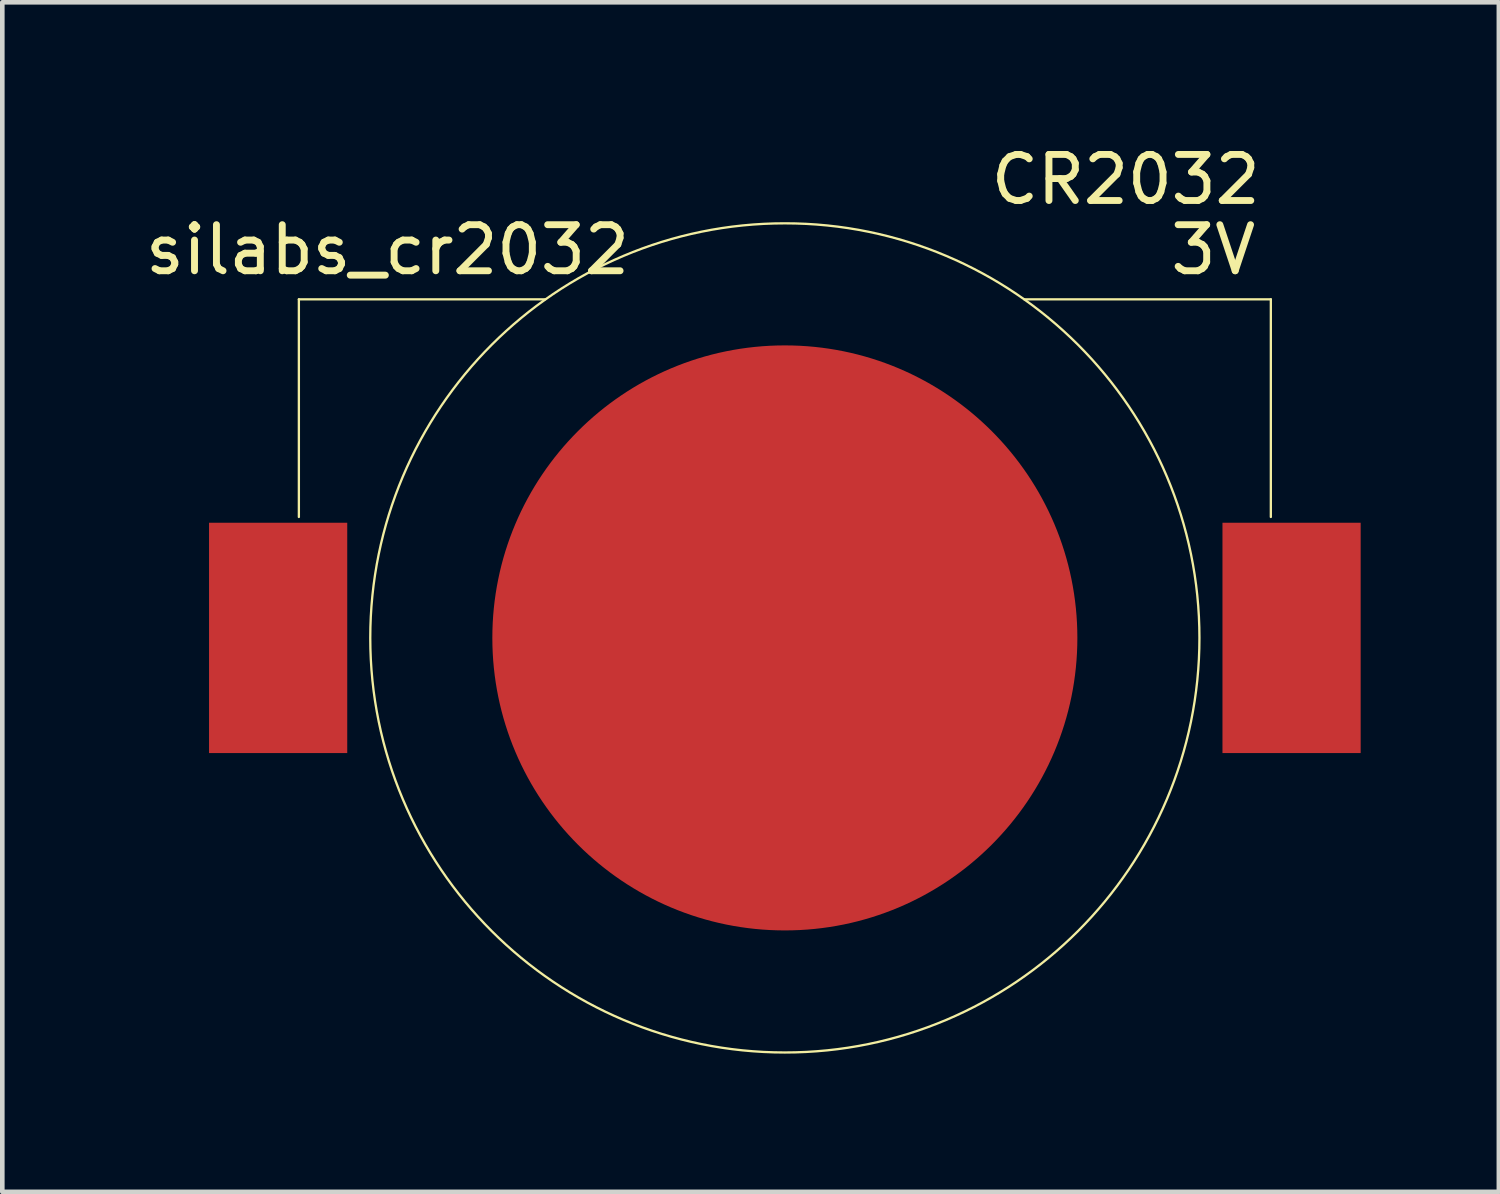
<source format=kicad_pcb>
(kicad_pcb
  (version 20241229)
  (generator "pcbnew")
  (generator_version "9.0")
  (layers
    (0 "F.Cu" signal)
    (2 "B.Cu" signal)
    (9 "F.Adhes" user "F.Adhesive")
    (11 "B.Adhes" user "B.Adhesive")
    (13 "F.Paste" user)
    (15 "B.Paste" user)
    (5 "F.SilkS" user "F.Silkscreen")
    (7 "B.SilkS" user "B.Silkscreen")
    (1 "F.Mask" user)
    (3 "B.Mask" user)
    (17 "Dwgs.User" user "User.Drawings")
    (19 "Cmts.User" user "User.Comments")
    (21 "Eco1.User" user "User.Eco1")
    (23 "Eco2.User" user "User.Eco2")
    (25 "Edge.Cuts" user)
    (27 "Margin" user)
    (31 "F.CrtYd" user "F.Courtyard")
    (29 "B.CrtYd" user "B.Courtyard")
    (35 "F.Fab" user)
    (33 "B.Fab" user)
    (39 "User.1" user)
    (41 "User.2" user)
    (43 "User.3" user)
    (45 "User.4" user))
  (footprint "silabs_cr2032"
    (layer "F.Cu")
    (at 13.988 10.798)
    (property "Reference" "silabs_cr2032" (at -8.625 -8.425 0) (layer "F.SilkS") (effects (font (size 1 1) (thickness 0.15))))
    (attr through_hole)
    (fp_line (start -10.55 -7.35) (end -5.2 -7.35) (stroke (width 0.05) (type solid)) (layer "F.SilkS"))
    (fp_line (start -10.55 -2.625) (end -10.55 -7.35) (stroke (width 0.05) (type solid)) (layer "F.SilkS"))
    (fp_line (start 10.55 -7.35) (end 5.2 -7.35) (stroke (width 0.05) (type solid)) (layer "F.SilkS"))
    (fp_line (start 10.55 -2.625) (end 10.55 -7.35) (stroke (width 0.05) (type solid)) (layer "F.SilkS"))
    (fp_circle (center 0 0) (end 9 0) (stroke (width 0.05) (type solid)) (fill no) (layer "F.SilkS"))
    (fp_text user "3V" (at 9.3 -8.425 0) (layer "F.SilkS") (effects (font (size 1 1) (thickness 0.15))))
    (fp_text user "CR2032" (at 7.4 -9.95 0) (layer "F.SilkS") (effects (font (size 1 1) (thickness 0.15))))
    (pad "1" smd rect (at -11 0) (size 3 5) (layers "F.Cu" "F.Mask"))
    (pad "1" smd rect (at 11 0) (size 3 5) (layers "F.Cu" "F.Mask"))
    (pad "2" smd circle (at 0 0) (size 12.7 12.7) (layers "F.Cu" "F.Mask")))
  (gr_rect
    (start -3 -3)
    (end 29.488 22.823)
    (stroke (width 0.1) (type default))
    (fill no)
    (layer "Edge.Cuts")))
</source>
